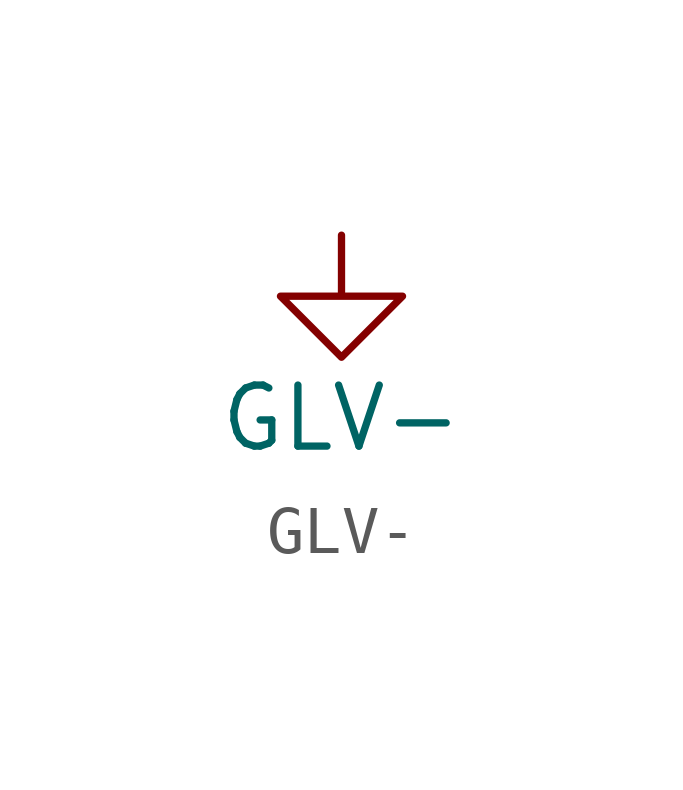
<source format=kicad_sym>
(kicad_symbol_lib
  (version 20211014)
  (generator kicad_symbol_editor)
  (symbol "GLV-"
    (power)
    (pin_names
      (offset 0))
    (property "Reference" "#PWR"
      (at 0 -6.35 0)
      (effects (font (size 1.27 1.27)) hide))
    (property "Value" "GLV-"
      (at 0 -3.81 0)
      (effects (font (size 1.27 1.27))))
    (symbol "GLV-_0_1"
      (polyline (pts (xy 0 0) (xy 0 -1.27) (xy 1.27 -1.27) (xy 0 -2.54) (xy -1.27 -1.27) (xy 0 -1.27)) (stroke (width 0) (type default) (color 0 0 0 0)) (fill (type none))))
    (symbol "GLV-_1_1"
      (pin power_in line (at 0 0 270) (length 0) hide (name "GLV-" (effects (font (size 1.27 1.27)))) (number "1" (effects (font (size 1.27 1.27))))))))
</source>
